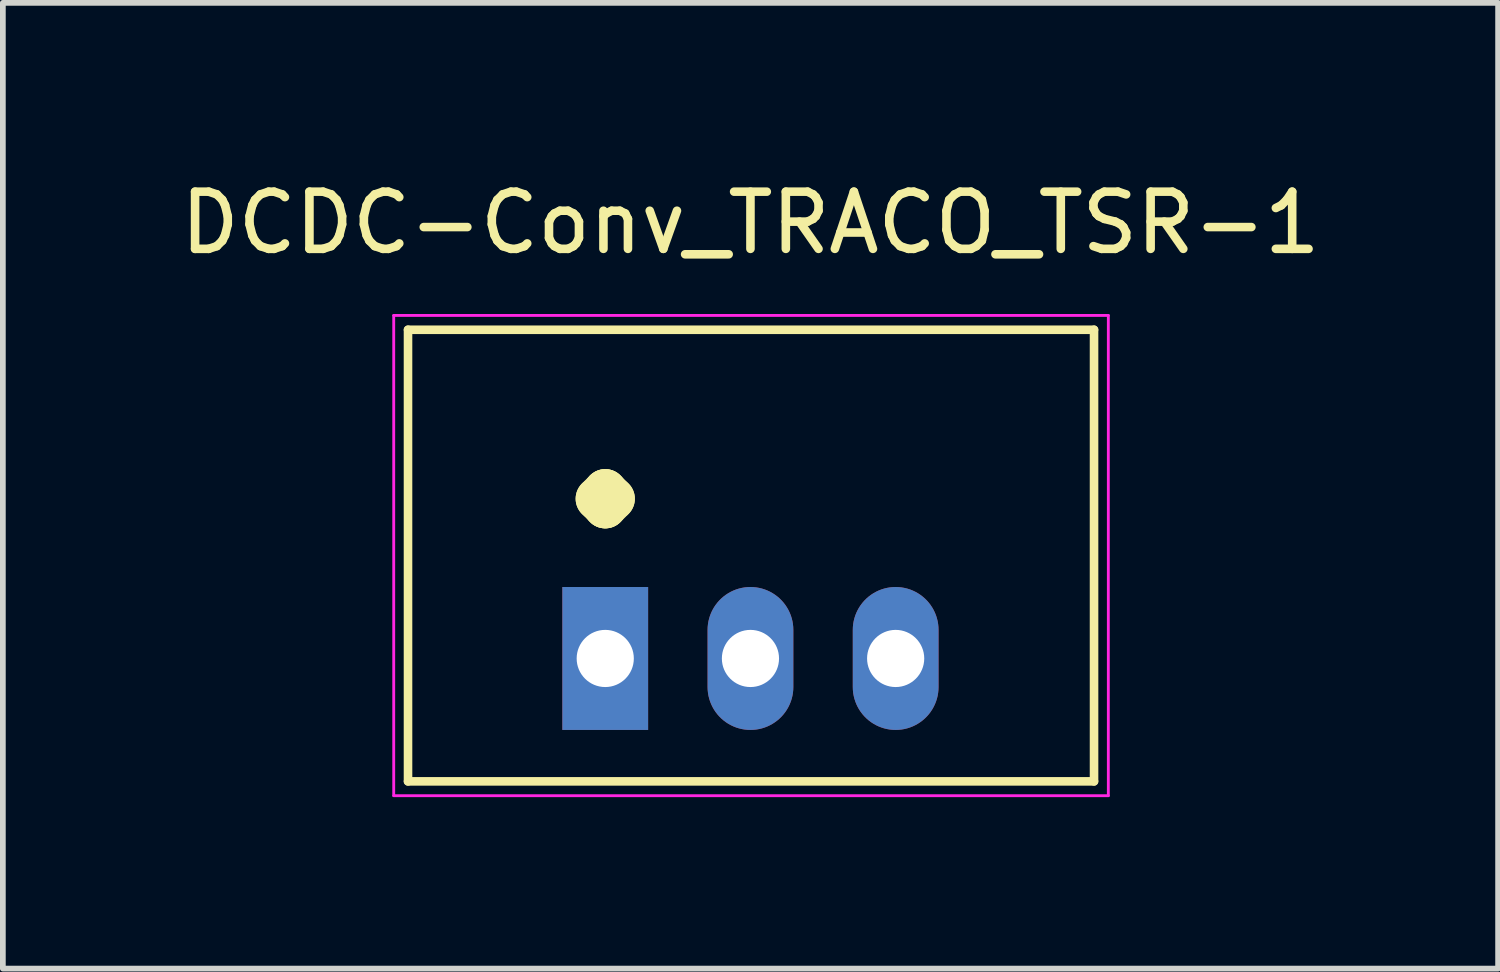
<source format=kicad_pcb>
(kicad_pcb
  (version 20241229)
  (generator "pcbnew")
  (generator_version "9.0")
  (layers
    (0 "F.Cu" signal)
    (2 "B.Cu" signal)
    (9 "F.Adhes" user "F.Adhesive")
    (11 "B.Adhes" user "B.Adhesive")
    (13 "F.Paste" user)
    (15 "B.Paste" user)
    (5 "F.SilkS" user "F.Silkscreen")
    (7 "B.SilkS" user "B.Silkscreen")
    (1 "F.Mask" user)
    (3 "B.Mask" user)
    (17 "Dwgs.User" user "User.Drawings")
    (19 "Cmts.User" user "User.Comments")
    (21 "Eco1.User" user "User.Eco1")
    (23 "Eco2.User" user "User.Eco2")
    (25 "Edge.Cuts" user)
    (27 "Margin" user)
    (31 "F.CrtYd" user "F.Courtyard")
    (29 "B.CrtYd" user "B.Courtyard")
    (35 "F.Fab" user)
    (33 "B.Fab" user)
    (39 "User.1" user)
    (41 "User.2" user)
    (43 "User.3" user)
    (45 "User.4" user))
  (footprint "DCDC-Conv_TRACO_TSR-1"
    (layer "F.Cu")
    (at 7.537 8.468)
    (property "Reference" "DCDC-Conv_TRACO_TSR-1" (at 2.54 -7.62 0) (layer "F.SilkS") (effects (font (size 1 1) (thickness 0.15))))
    (attr through_hole)
    (fp_line (start -3.45 -5.75) (end 8.55 -5.75) (stroke (width 0.15) (type solid)) (layer "F.SilkS"))
    (fp_line (start -3.45 2.15) (end -3.45 -5.75) (stroke (width 0.15) (type solid)) (layer "F.SilkS"))
    (fp_line (start 8.55 -5.75) (end 8.55 2.15) (stroke (width 0.15) (type solid)) (layer "F.SilkS"))
    (fp_line (start 8.55 2.15) (end -3.45 2.15) (stroke (width 0.15) (type solid)) (layer "F.SilkS"))
    (fp_line (start -3.7 -6) (end 8.8 -6) (stroke (width 0.05) (type solid)) (layer "F.CrtYd"))
    (fp_line (start -3.7 2.4) (end -3.7 -6) (stroke (width 0.05) (type solid)) (layer "F.CrtYd"))
    (fp_line (start 8.8 -6) (end 8.8 2.4) (stroke (width 0.05) (type solid)) (layer "F.CrtYd"))
    (fp_line (start 8.8 2.4) (end -3.7 2.4) (stroke (width 0.05) (type solid)) (layer "F.CrtYd"))
    (fp_text user "." (at 0 -4 0) (layer "F.SilkS") (effects (font (size 3 3) (thickness 0.75))))
    (pad "1" thru_hole rect (at 0 0) (size 1.5 2.5) (drill 1) (layers "*.Cu" "*.Mask"))
    (pad "2" thru_hole oval (at 2.54 0) (size 1.5 2.5) (drill 1) (layers "*.Cu" "*.Mask"))
    (pad "3" thru_hole oval (at 5.08 0) (size 1.5 2.5) (drill 1) (layers "*.Cu" "*.Mask")))
  (gr_rect
    (start -3 -3)
    (end 23.155 13.893)
    (stroke (width 0.1) (type default))
    (fill no)
    (layer "Edge.Cuts")))
</source>
